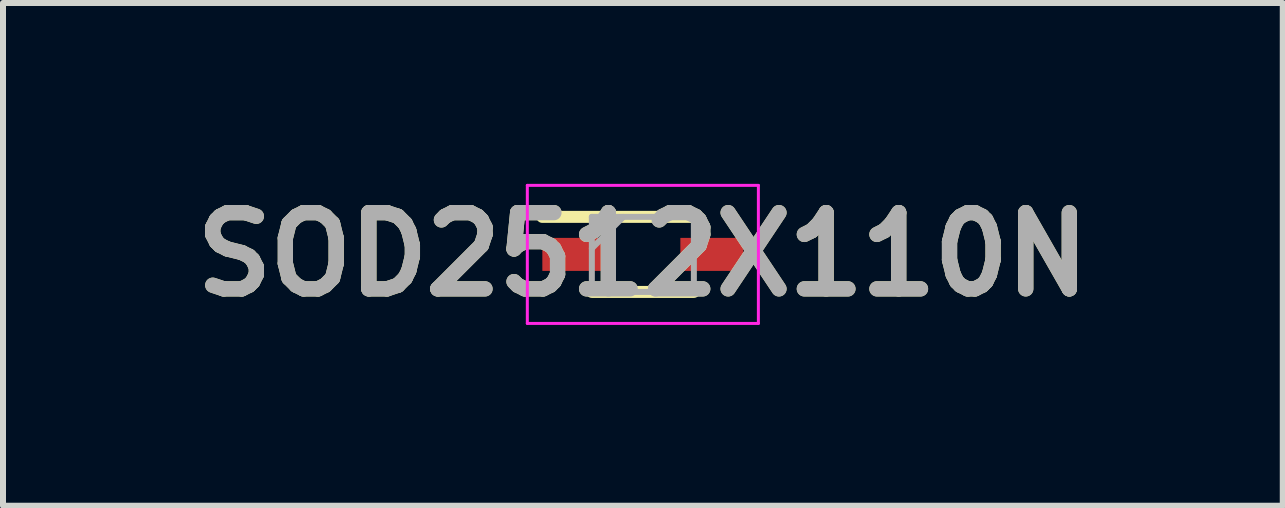
<source format=kicad_pcb>
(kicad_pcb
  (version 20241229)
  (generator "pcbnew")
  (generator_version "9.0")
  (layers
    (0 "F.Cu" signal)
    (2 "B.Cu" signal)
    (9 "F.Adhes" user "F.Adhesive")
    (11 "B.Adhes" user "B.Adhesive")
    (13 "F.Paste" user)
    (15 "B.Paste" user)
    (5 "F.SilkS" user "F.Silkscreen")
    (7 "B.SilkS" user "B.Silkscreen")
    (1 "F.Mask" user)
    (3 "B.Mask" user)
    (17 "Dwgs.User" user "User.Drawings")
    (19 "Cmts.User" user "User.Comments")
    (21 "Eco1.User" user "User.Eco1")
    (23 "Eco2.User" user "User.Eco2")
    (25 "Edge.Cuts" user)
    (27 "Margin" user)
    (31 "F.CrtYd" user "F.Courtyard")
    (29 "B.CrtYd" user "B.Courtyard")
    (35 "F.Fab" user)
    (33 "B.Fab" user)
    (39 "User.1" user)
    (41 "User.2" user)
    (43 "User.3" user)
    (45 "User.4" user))
  (footprint "SOD2512X110N"
    (layer "F.Cu")
    (at 7.662 1.189)
    (property "Reference" "SOD2512X110N" (at 0 0 0) (layer "F.SilkS") (effects (font (size 1.27 1.27) (thickness 0.254))))
    (attr smd)
    (fp_line (start -1.675 -0.625) (end 0.85 -0.625) (stroke (width 0.2) (type solid)) (layer "F.SilkS"))
    (fp_line (start -0.85 0.625) (end 0.85 0.625) (stroke (width 0.2) (type solid)) (layer "F.SilkS"))
    (fp_line (start -1.925 -1.15) (end 1.925 -1.15) (stroke (width 0.05) (type solid)) (layer "F.CrtYd"))
    (fp_line (start -1.925 1.15) (end -1.925 -1.15) (stroke (width 0.05) (type solid)) (layer "F.CrtYd"))
    (fp_line (start 1.925 -1.15) (end 1.925 1.15) (stroke (width 0.05) (type solid)) (layer "F.CrtYd"))
    (fp_line (start 1.925 1.15) (end -1.925 1.15) (stroke (width 0.05) (type solid)) (layer "F.CrtYd"))
    (fp_line (start -0.85 -0.625) (end 0.85 -0.625) (stroke (width 0.1) (type solid)) (layer "F.Fab"))
    (fp_line (start -0.85 -0.1) (end -0.325 -0.625) (stroke (width 0.1) (type solid)) (layer "F.Fab"))
    (fp_line (start -0.85 0.625) (end -0.85 -0.625) (stroke (width 0.1) (type solid)) (layer "F.Fab"))
    (fp_line (start 0.85 -0.625) (end 0.85 0.625) (stroke (width 0.1) (type solid)) (layer "F.Fab"))
    (fp_line (start 0.85 0.625) (end -0.85 0.625) (stroke (width 0.1) (type solid)) (layer "F.Fab"))
    (fp_text user "${REFERENCE}" (at 0 0 0) (layer "F.Fab") (effects (font (size 1.27 1.27) (thickness 0.254))))
    (pad "1" smd rect (at -1.15 0 90) (size 0.55 1.05) (layers "F.Cu" "F.Mask" "F.Paste"))
    (pad "2" smd rect (at 1.15 0 90) (size 0.55 1.05) (layers "F.Cu" "F.Mask" "F.Paste")))
  (gr_rect
    (start -3 -3)
    (end 18.325 5.377)
    (stroke (width 0.1) (type default))
    (fill no)
    (layer "Edge.Cuts")))
</source>
